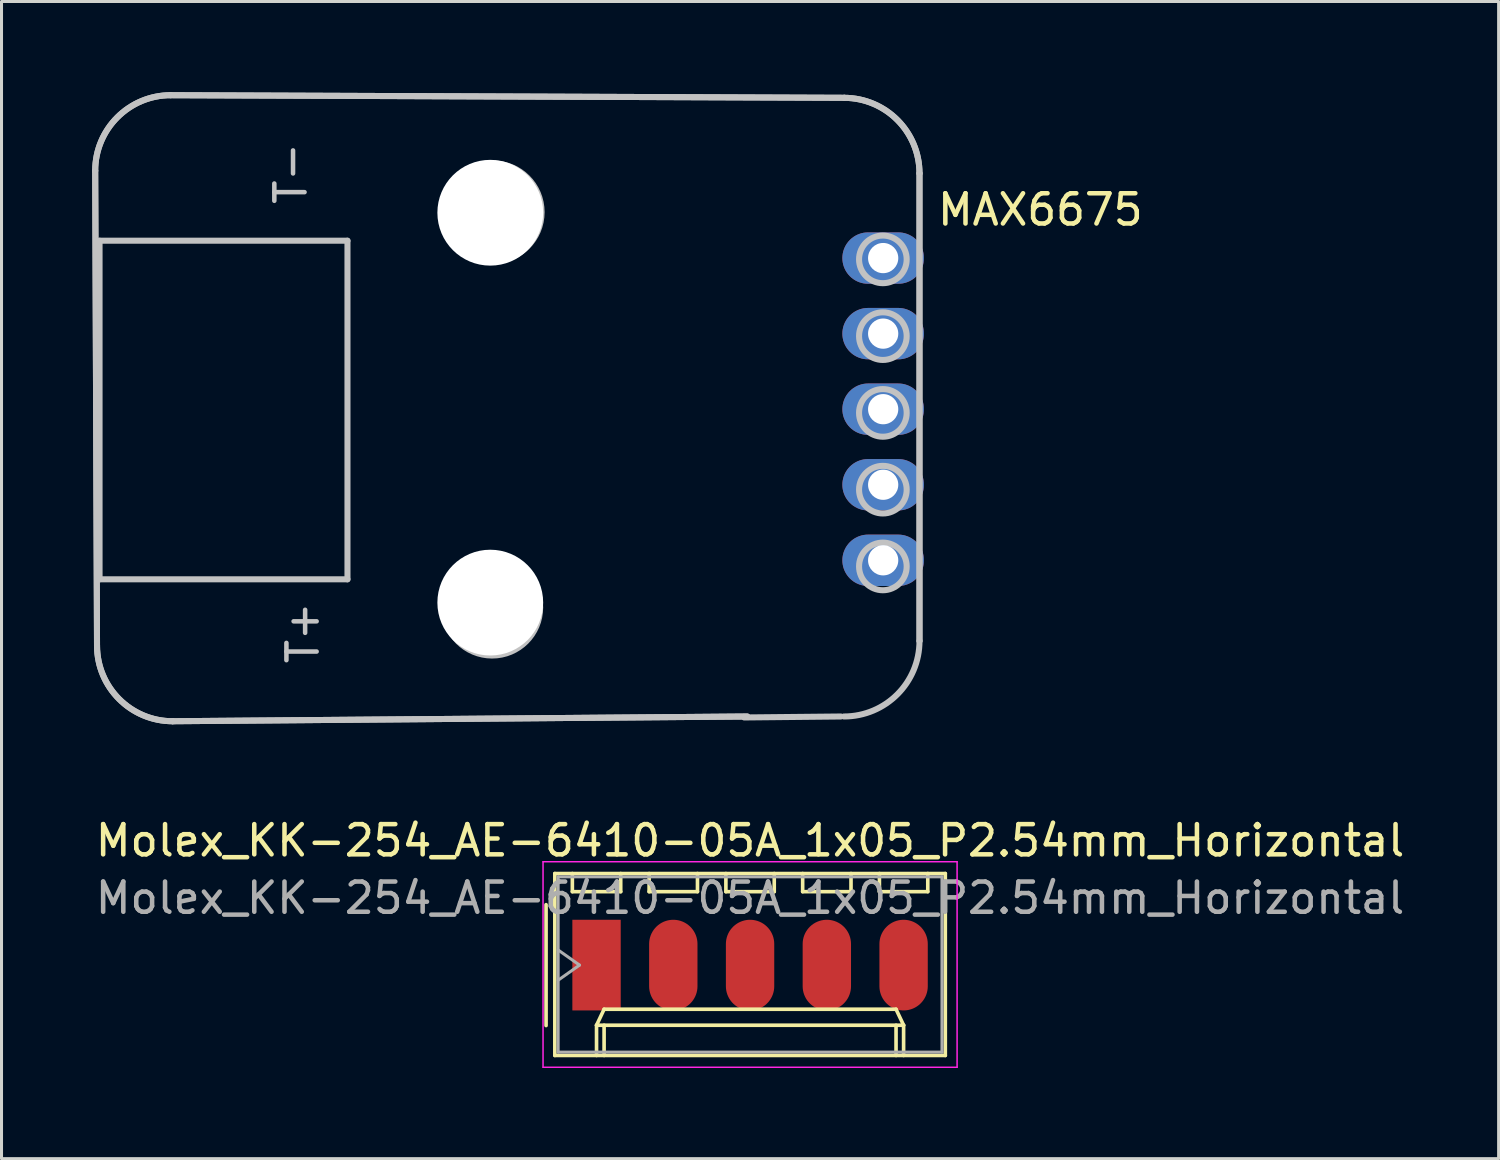
<source format=kicad_pcb>
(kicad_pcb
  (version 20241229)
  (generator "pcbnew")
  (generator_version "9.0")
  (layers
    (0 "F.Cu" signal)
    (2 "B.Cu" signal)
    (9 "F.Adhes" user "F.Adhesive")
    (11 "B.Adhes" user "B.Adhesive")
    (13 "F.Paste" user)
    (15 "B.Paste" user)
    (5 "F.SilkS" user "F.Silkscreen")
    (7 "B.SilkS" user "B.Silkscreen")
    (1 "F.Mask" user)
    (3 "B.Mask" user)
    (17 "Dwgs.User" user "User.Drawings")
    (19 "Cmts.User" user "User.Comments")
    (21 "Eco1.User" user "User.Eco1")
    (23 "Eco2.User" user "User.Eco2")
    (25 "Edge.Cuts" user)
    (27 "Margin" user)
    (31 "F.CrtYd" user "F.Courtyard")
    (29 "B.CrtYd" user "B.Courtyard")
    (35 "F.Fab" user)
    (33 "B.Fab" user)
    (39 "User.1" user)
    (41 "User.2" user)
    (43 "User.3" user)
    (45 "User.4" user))
  (footprint "MAX6675"
    (layer "F.Cu")
    (at 26.172 5.489)
    (property "Reference" "MAX6675" (at 5.2 -1.6 180) (layer "F.SilkS") (effects (font (size 1 1) (thickness 0.15))))
    (attr through_hole)
    (fp_line (start -26.072 -2.889) (end -26.012 12.825) (stroke (width 0.2) (type solid)) (layer "Dwgs.User"))
    (fp_line (start -26.012 12.825) (end -26.072 -2.889) (stroke (width 0.2) (type solid)) (layer "Dwgs.User"))
    (fp_line (start -25.928 -0.574) (end -25.928 10.629) (stroke (width 0.2) (type solid)) (layer "Dwgs.User"))
    (fp_line (start -25.928 10.629) (end -17.725 10.629) (stroke (width 0.2) (type solid)) (layer "Dwgs.User"))
    (fp_line (start -23.512 15.325) (end -4.497 15.168) (stroke (width 0.2) (type solid)) (layer "Dwgs.User"))
    (fp_line (start -23.512 15.325) (end -4.497 15.168) (stroke (width 0.2) (type solid)) (layer "Dwgs.User"))
    (fp_line (start -17.725 -0.574) (end -25.928 -0.574) (stroke (width 0.2) (type solid)) (layer "Dwgs.User"))
    (fp_line (start -17.725 10.629) (end -17.725 -0.574) (stroke (width 0.2) (type solid)) (layer "Dwgs.User"))
    (fp_line (start -1.4 15.168) (end -4.6 15.2) (stroke (width 0.2) (type solid)) (layer "Dwgs.User"))
    (fp_line (start -1.288 -5.303) (end -23.572 -5.389) (stroke (width 0.2) (type solid)) (layer "Dwgs.User"))
    (fp_line (start -1.288 -5.303) (end -23.572 -5.389) (stroke (width 0.2) (type solid)) (layer "Dwgs.User"))
    (fp_line (start 1.202 12.668) (end 1.202 -2.803) (stroke (width 0.2) (type solid)) (layer "Dwgs.User"))
    (fp_line (start 1.202 12.668) (end 1.202 -2.803) (stroke (width 0.2) (type solid)) (layer "Dwgs.User"))
    (fp_arc (start -26.071883 -2.889363) (mid -25.33965 -4.65713) (end -23.571883 -5.389363) (stroke (width 0.2) (type solid)) (layer "Dwgs.User"))
    (fp_arc (start -26.071883 -2.889363) (mid -25.33965 -4.65713) (end -23.571883 -5.389363) (stroke (width 0.2) (type solid)) (layer "Dwgs.User"))
    (fp_arc (start -23.5115 15.325) (mid -25.279267 14.592767) (end -26.0115 12.825) (stroke (width 0.2) (type solid)) (layer "Dwgs.User"))
    (fp_arc (start -23.5115 15.325) (mid -25.279267 14.592767) (end -26.0115 12.825) (stroke (width 0.2) (type solid)) (layer "Dwgs.User"))
    (fp_arc (start -1.288327 -5.302511) (mid 0.473138 -4.566849) (end 1.201929 -2.80253) (stroke (width 0.2) (type solid)) (layer "Dwgs.User"))
    (fp_arc (start -1.288327 -5.302511) (mid 0.473138 -4.566849) (end 1.201929 -2.80253) (stroke (width 0.2) (type solid)) (layer "Dwgs.User"))
    (fp_arc (start 1.201929 12.667753) (mid 0.469696 14.43552) (end -1.298071 15.167753) (stroke (width 0.2) (type solid)) (layer "Dwgs.User"))
    (fp_circle (center -12.939 11.562) (end -12.939 9.973) (stroke (width 0.2) (type solid)) (fill no) (layer "Dwgs.User"))
    (fp_circle (center -12.911 -1.52) (end -12.911 -3.129) (stroke (width 0.2) (type solid)) (fill no) (layer "Dwgs.User"))
    (fp_circle (center -0.01 0.043) (end -0.01 -0.745) (stroke (width 0.2) (type solid)) (fill no) (layer "Dwgs.User"))
    (fp_circle (center -0.01 2.583) (end -0.01 1.795) (stroke (width 0.2) (type solid)) (fill no) (layer "Dwgs.User"))
    (fp_circle (center -0.01 5.123) (end -0.01 4.335) (stroke (width 0.2) (type solid)) (fill no) (layer "Dwgs.User"))
    (fp_circle (center -0.01 7.663) (end -0.01 6.875) (stroke (width 0.2) (type solid)) (fill no) (layer "Dwgs.User"))
    (fp_circle (center -0.01 10.203) (end -0.01 9.415) (stroke (width 0.2) (type solid)) (fill no) (layer "Dwgs.User"))
    (fp_text user "T+" (at -19.2 12.4 90) (layer "Dwgs.User") (effects (font (size 1 1) (thickness 0.15))))
    (fp_text user "T-" (at -19.6 -2.8 90) (layer "Dwgs.User") (effects (font (size 1 1) (thickness 0.15))))
    (pad "" np_thru_hole circle (at -13 -1.5) (size 3.5 3.5) (drill 3.5) (layers "*.Cu" "*.Mask"))
    (pad "" np_thru_hole circle (at -13 11.4) (size 3.5 3.5) (drill 3.5) (layers "*.Cu" "*.Mask"))
    (pad "1" thru_hole oval (at 0 0) (size 2.7 1.7) (drill 1) (layers "*.Cu" "*.Mask"))
    (pad "2" thru_hole oval (at 0 2.5) (size 2.7 1.7) (drill 1) (layers "*.Cu" "*.Mask"))
    (pad "3" thru_hole oval (at 0 5) (size 2.7 1.7) (drill 1) (layers "*.Cu" "*.Mask"))
    (pad "4" thru_hole oval (at 0 7.5) (size 2.7 1.7) (drill 1) (layers "*.Cu" "*.Mask"))
    (pad "5" thru_hole oval (at 0 10) (size 2.7 1.7) (drill 1) (layers "*.Cu" "*.Mask")))
  (footprint "Molex_KK-254_AE-6410-05A_1x05_P2.54mm_Horizontal"
    (layer "F.Cu")
    (at 16.688 28.883)
    (property "Reference" "Molex_KK-254_AE-6410-05A_1x05_P2.54mm_Horizontal" (at 5.08 -4.12 0) (layer "F.SilkS") (effects (font (size 1 1) (thickness 0.15))))
    (attr through_hole)
    (fp_line (start -1.67 -2) (end -1.67 2) (stroke (width 0.12) (type solid)) (layer "F.SilkS"))
    (fp_line (start -1.38 -3.03) (end -1.38 2.99) (stroke (width 0.12) (type solid)) (layer "F.SilkS"))
    (fp_line (start -1.38 2.99) (end 11.54 2.99) (stroke (width 0.12) (type solid)) (layer "F.SilkS"))
    (fp_line (start -0.8 -3.03) (end -0.8 -2.43) (stroke (width 0.12) (type solid)) (layer "F.SilkS"))
    (fp_line (start -0.8 -2.43) (end 0.8 -2.43) (stroke (width 0.12) (type solid)) (layer "F.SilkS"))
    (fp_line (start 0 1.99) (end 0.25 1.46) (stroke (width 0.12) (type solid)) (layer "F.SilkS"))
    (fp_line (start 0 1.99) (end 10.16 1.99) (stroke (width 0.12) (type solid)) (layer "F.SilkS"))
    (fp_line (start 0 2.99) (end 0 1.99) (stroke (width 0.12) (type solid)) (layer "F.SilkS"))
    (fp_line (start 0.25 1.46) (end 9.91 1.46) (stroke (width 0.12) (type solid)) (layer "F.SilkS"))
    (fp_line (start 0.25 2.99) (end 0.25 1.99) (stroke (width 0.12) (type solid)) (layer "F.SilkS"))
    (fp_line (start 0.8 -2.43) (end 0.8 -3.03) (stroke (width 0.12) (type solid)) (layer "F.SilkS"))
    (fp_line (start 1.74 -3.03) (end 1.74 -2.43) (stroke (width 0.12) (type solid)) (layer "F.SilkS"))
    (fp_line (start 1.74 -2.43) (end 3.34 -2.43) (stroke (width 0.12) (type solid)) (layer "F.SilkS"))
    (fp_line (start 3.34 -2.43) (end 3.34 -3.03) (stroke (width 0.12) (type solid)) (layer "F.SilkS"))
    (fp_line (start 4.28 -3.03) (end 4.28 -2.43) (stroke (width 0.12) (type solid)) (layer "F.SilkS"))
    (fp_line (start 4.28 -2.43) (end 5.88 -2.43) (stroke (width 0.12) (type solid)) (layer "F.SilkS"))
    (fp_line (start 5.88 -2.43) (end 5.88 -3.03) (stroke (width 0.12) (type solid)) (layer "F.SilkS"))
    (fp_line (start 6.82 -3.03) (end 6.82 -2.43) (stroke (width 0.12) (type solid)) (layer "F.SilkS"))
    (fp_line (start 6.82 -2.43) (end 8.42 -2.43) (stroke (width 0.12) (type solid)) (layer "F.SilkS"))
    (fp_line (start 8.42 -2.43) (end 8.42 -3.03) (stroke (width 0.12) (type solid)) (layer "F.SilkS"))
    (fp_line (start 9.36 -3.03) (end 9.36 -2.43) (stroke (width 0.12) (type solid)) (layer "F.SilkS"))
    (fp_line (start 9.36 -2.43) (end 10.96 -2.43) (stroke (width 0.12) (type solid)) (layer "F.SilkS"))
    (fp_line (start 9.91 1.46) (end 10.16 1.99) (stroke (width 0.12) (type solid)) (layer "F.SilkS"))
    (fp_line (start 9.91 2.99) (end 9.91 1.99) (stroke (width 0.12) (type solid)) (layer "F.SilkS"))
    (fp_line (start 10.16 1.99) (end 10.16 2.99) (stroke (width 0.12) (type solid)) (layer "F.SilkS"))
    (fp_line (start 10.96 -2.43) (end 10.96 -3.03) (stroke (width 0.12) (type solid)) (layer "F.SilkS"))
    (fp_line (start 11.54 -3.03) (end -1.38 -3.03) (stroke (width 0.12) (type solid)) (layer "F.SilkS"))
    (fp_line (start 11.54 2.99) (end 11.54 -3.03) (stroke (width 0.12) (type solid)) (layer "F.SilkS"))
    (fp_line (start -1.77 -3.42) (end -1.77 3.38) (stroke (width 0.05) (type solid)) (layer "F.CrtYd"))
    (fp_line (start -1.77 3.38) (end 11.93 3.38) (stroke (width 0.05) (type solid)) (layer "F.CrtYd"))
    (fp_line (start 11.93 -3.42) (end -1.77 -3.42) (stroke (width 0.05) (type solid)) (layer "F.CrtYd"))
    (fp_line (start 11.93 3.38) (end 11.93 -3.42) (stroke (width 0.05) (type solid)) (layer "F.CrtYd"))
    (fp_line (start -1.27 -2.92) (end -1.27 2.88) (stroke (width 0.1) (type solid)) (layer "F.Fab"))
    (fp_line (start -1.27 -0.5) (end -0.563 0) (stroke (width 0.1) (type solid)) (layer "F.Fab"))
    (fp_line (start -1.27 2.88) (end 11.43 2.88) (stroke (width 0.1) (type solid)) (layer "F.Fab"))
    (fp_line (start -0.563 0) (end -1.27 0.5) (stroke (width 0.1) (type solid)) (layer "F.Fab"))
    (fp_line (start 11.43 -2.92) (end -1.27 -2.92) (stroke (width 0.1) (type solid)) (layer "F.Fab"))
    (fp_line (start 11.43 2.88) (end 11.43 -2.92) (stroke (width 0.1) (type solid)) (layer "F.Fab"))
    (fp_text user "${REFERENCE}" (at 5.08 -2.22 0) (layer "F.Fab") (effects (font (size 1 1) (thickness 0.15))))
    (pad "1" smd rect (at 0 0) (size 1.6 3) (layers "F.Cu" "F.Mask" "F.Paste"))
    (pad "2" smd oval (at 2.54 0) (size 1.6 3) (layers "F.Cu" "F.Mask" "F.Paste"))
    (pad "3" smd oval (at 5.08 0) (size 1.6 3) (layers "F.Cu" "F.Mask" "F.Paste"))
    (pad "4" smd oval (at 7.62 0) (size 1.6 3) (layers "F.Cu" "F.Mask" "F.Paste"))
    (pad "5" smd oval (at 10.16 0) (size 1.6 3) (layers "F.Cu" "F.Mask" "F.Paste")))
  (gr_rect
    (start -3 -3)
    (end 46.536 35.288)
    (stroke (width 0.1) (type default))
    (fill no)
    (layer "Edge.Cuts")))
</source>
